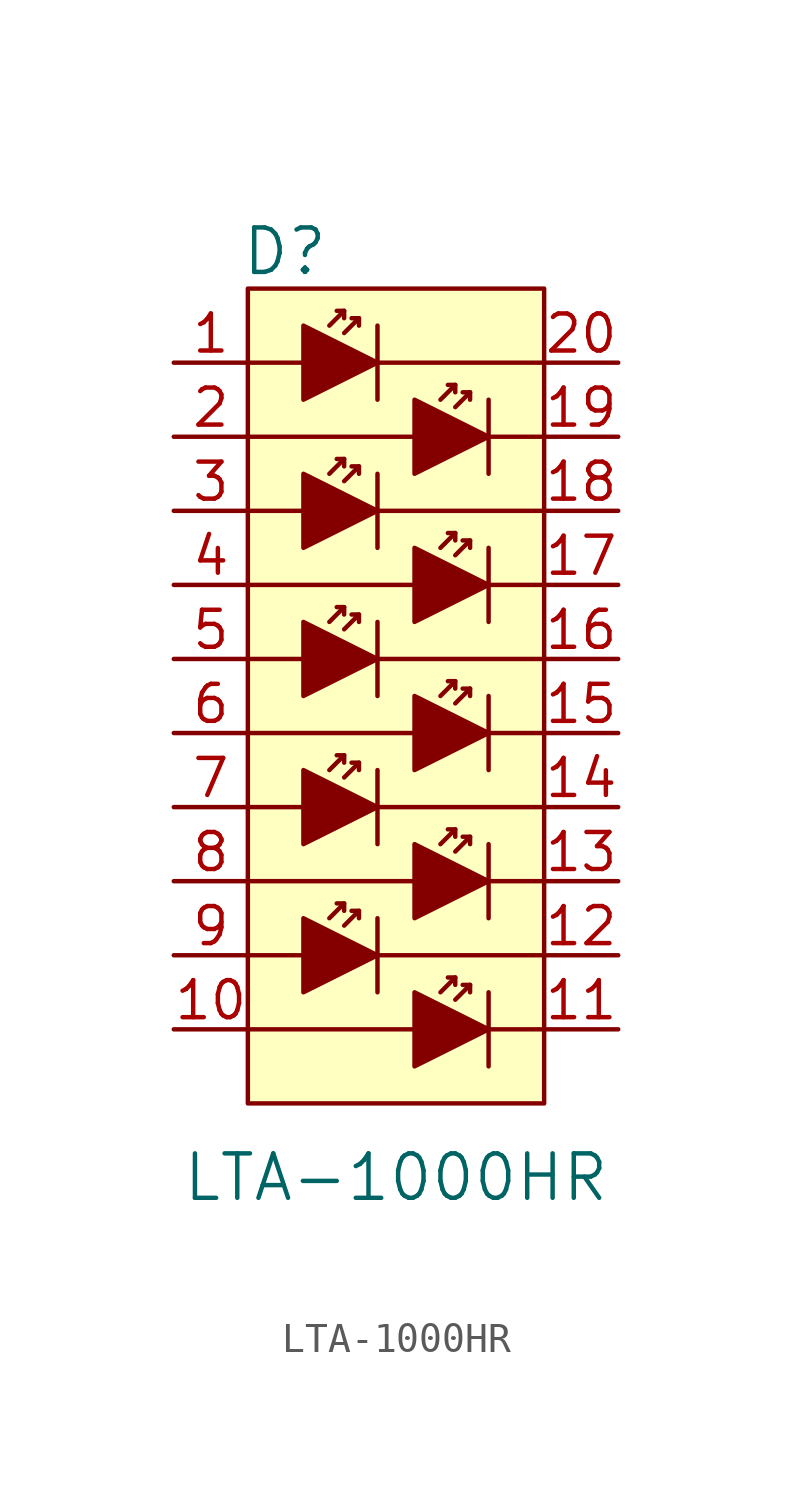
<source format=kicad_sym>
(kicad_symbol_lib
  (version 20211014)
  (generator kicad_symbol_editor)
  (symbol "LTA-1000HR"
    (pin_names
      (offset 0))
    (property "Reference" "D"
      (at -3.81 3.81 0)
      (effects (font (size 1.524 1.524))))
    (property "Value" "LTA-1000HR"
      (at 0 -27.94 0)
      (effects (font (size 1.524 1.524))))
    (symbol "LTA-1000HR_0_1"
      (rectangle (start -5.08 2.54) (end 5.08 -25.4) (stroke (width 0) (type default) (color 0 0 0 0)) (fill (type background)))
      (polyline (pts (xy -5.08 -20.32) (xy -3.175 -20.32)) (stroke (width 0) (type default) (color 0 0 0 0)) (fill (type none)))
      (polyline (pts (xy -5.08 -15.24) (xy -3.175 -15.24)) (stroke (width 0) (type default) (color 0 0 0 0)) (fill (type none)))
      (polyline (pts (xy -5.08 -10.16) (xy -3.175 -10.16)) (stroke (width 0) (type default) (color 0 0 0 0)) (fill (type none)))
      (polyline (pts (xy -5.08 -5.08) (xy -3.175 -5.08)) (stroke (width 0) (type default) (color 0 0 0 0)) (fill (type none)))
      (polyline (pts (xy -3.175 0) (xy -5.08 0)) (stroke (width 0) (type default) (color 0 0 0 0)) (fill (type none)))
      (polyline (pts (xy -1.778 -18.542) (xy -2.286 -19.05)) (stroke (width 0) (type default) (color 0 0 0 0)) (fill (type none)))
      (polyline (pts (xy -1.778 -13.462) (xy -2.286 -13.97)) (stroke (width 0) (type default) (color 0 0 0 0)) (fill (type none)))
      (polyline (pts (xy -1.778 -8.382) (xy -2.286 -8.89)) (stroke (width 0) (type default) (color 0 0 0 0)) (fill (type none)))
      (polyline (pts (xy -1.778 -3.302) (xy -2.286 -3.81)) (stroke (width 0) (type default) (color 0 0 0 0)) (fill (type none)))
      (polyline (pts (xy -1.778 1.778) (xy -2.286 1.27)) (stroke (width 0) (type default) (color 0 0 0 0)) (fill (type none)))
      (polyline (pts (xy -1.27 -18.796) (xy -1.778 -19.304)) (stroke (width 0) (type default) (color 0 0 0 0)) (fill (type none)))
      (polyline (pts (xy -1.27 -13.716) (xy -1.778 -14.224)) (stroke (width 0) (type default) (color 0 0 0 0)) (fill (type none)))
      (polyline (pts (xy -1.27 -8.636) (xy -1.778 -9.144)) (stroke (width 0) (type default) (color 0 0 0 0)) (fill (type none)))
      (polyline (pts (xy -1.27 -3.556) (xy -1.778 -4.064)) (stroke (width 0) (type default) (color 0 0 0 0)) (fill (type none)))
      (polyline (pts (xy -1.27 1.524) (xy -1.778 1.016)) (stroke (width 0) (type default) (color 0 0 0 0)) (fill (type none)))
      (polyline (pts (xy -0.635 -21.59) (xy -0.635 -19.05)) (stroke (width 0) (type default) (color 0 0 0 0)) (fill (type none)))
      (polyline (pts (xy -0.635 -20.32) (xy 5.08 -20.32)) (stroke (width 0) (type default) (color 0 0 0 0)) (fill (type none)))
      (polyline (pts (xy -0.635 -16.51) (xy -0.635 -13.97)) (stroke (width 0) (type default) (color 0 0 0 0)) (fill (type none)))
      (polyline (pts (xy -0.635 -15.24) (xy 5.08 -15.24)) (stroke (width 0) (type default) (color 0 0 0 0)) (fill (type none)))
      (polyline (pts (xy -0.635 -10.16) (xy 5.08 -10.16)) (stroke (width 0) (type default) (color 0 0 0 0)) (fill (type none)))
      (polyline (pts (xy -0.635 -8.89) (xy -0.635 -11.43)) (stroke (width 0) (type default) (color 0 0 0 0)) (fill (type none)))
      (polyline (pts (xy -0.635 -5.08) (xy 5.08 -5.08)) (stroke (width 0) (type default) (color 0 0 0 0)) (fill (type none)))
      (polyline (pts (xy -0.635 -3.81) (xy -0.635 -6.35)) (stroke (width 0) (type default) (color 0 0 0 0)) (fill (type none)))
      (polyline (pts (xy -0.635 0) (xy 5.08 0)) (stroke (width 0) (type default) (color 0 0 0 0)) (fill (type none)))
      (polyline (pts (xy -0.635 1.27) (xy -0.635 -1.27)) (stroke (width 0) (type default) (color 0 0 0 0)) (fill (type none)))
      (polyline (pts (xy 0.635 -22.86) (xy -5.08 -22.86)) (stroke (width 0) (type default) (color 0 0 0 0)) (fill (type none)))
      (polyline (pts (xy 0.635 -17.78) (xy -5.08 -17.78)) (stroke (width 0) (type default) (color 0 0 0 0)) (fill (type none)))
      (polyline (pts (xy 0.635 -12.7) (xy -5.08 -12.7)) (stroke (width 0) (type default) (color 0 0 0 0)) (fill (type none)))
      (polyline (pts (xy 0.635 -7.62) (xy -5.08 -7.62)) (stroke (width 0) (type default) (color 0 0 0 0)) (fill (type none)))
      (polyline (pts (xy 0.635 -2.54) (xy -5.08 -2.54)) (stroke (width 0) (type default) (color 0 0 0 0)) (fill (type none)))
      (polyline (pts (xy 2.032 -21.082) (xy 1.524 -21.59)) (stroke (width 0) (type default) (color 0 0 0 0)) (fill (type none)))
      (polyline (pts (xy 2.032 -16.002) (xy 1.524 -16.51)) (stroke (width 0) (type default) (color 0 0 0 0)) (fill (type none)))
      (polyline (pts (xy 2.032 -10.922) (xy 1.524 -11.43)) (stroke (width 0) (type default) (color 0 0 0 0)) (fill (type none)))
      (polyline (pts (xy 2.032 -5.842) (xy 1.524 -6.35)) (stroke (width 0) (type default) (color 0 0 0 0)) (fill (type none)))
      (polyline (pts (xy 2.032 -0.762) (xy 1.524 -1.27)) (stroke (width 0) (type default) (color 0 0 0 0)) (fill (type none)))
      (polyline (pts (xy 2.54 -21.336) (xy 2.032 -21.844)) (stroke (width 0) (type default) (color 0 0 0 0)) (fill (type none)))
      (polyline (pts (xy 2.54 -16.256) (xy 2.032 -16.764)) (stroke (width 0) (type default) (color 0 0 0 0)) (fill (type none)))
      (polyline (pts (xy 2.54 -11.176) (xy 2.032 -11.684)) (stroke (width 0) (type default) (color 0 0 0 0)) (fill (type none)))
      (polyline (pts (xy 2.54 -6.096) (xy 2.032 -6.604)) (stroke (width 0) (type default) (color 0 0 0 0)) (fill (type none)))
      (polyline (pts (xy 2.54 -1.016) (xy 2.032 -1.524)) (stroke (width 0) (type default) (color 0 0 0 0)) (fill (type none)))
      (polyline (pts (xy 3.175 -22.86) (xy 5.08 -22.86)) (stroke (width 0) (type default) (color 0 0 0 0)) (fill (type none)))
      (polyline (pts (xy 3.175 -21.59) (xy 3.175 -24.13)) (stroke (width 0) (type default) (color 0 0 0 0)) (fill (type none)))
      (polyline (pts (xy 3.175 -17.78) (xy 5.08 -17.78)) (stroke (width 0) (type default) (color 0 0 0 0)) (fill (type none)))
      (polyline (pts (xy 3.175 -16.51) (xy 3.175 -19.05)) (stroke (width 0) (type default) (color 0 0 0 0)) (fill (type none)))
      (polyline (pts (xy 3.175 -12.7) (xy 5.08 -12.7)) (stroke (width 0) (type default) (color 0 0 0 0)) (fill (type none)))
      (polyline (pts (xy 3.175 -11.43) (xy 3.175 -13.97)) (stroke (width 0) (type default) (color 0 0 0 0)) (fill (type none)))
      (polyline (pts (xy 3.175 -7.62) (xy 5.08 -7.62)) (stroke (width 0) (type default) (color 0 0 0 0)) (fill (type none)))
      (polyline (pts (xy 3.175 -6.35) (xy 3.175 -8.89)) (stroke (width 0) (type default) (color 0 0 0 0)) (fill (type none)))
      (polyline (pts (xy 3.175 -2.54) (xy 5.08 -2.54)) (stroke (width 0) (type default) (color 0 0 0 0)) (fill (type none)))
      (polyline (pts (xy 3.175 -1.27) (xy 3.175 -3.81)) (stroke (width 0) (type default) (color 0 0 0 0)) (fill (type none)))
      (polyline (pts (xy -2.032 -18.542) (xy -1.778 -18.542) (xy -1.778 -18.796)) (stroke (width 0) (type default) (color 0 0 0 0)) (fill (type none)))
      (polyline (pts (xy -2.032 -13.462) (xy -1.778 -13.462) (xy -1.778 -13.716)) (stroke (width 0) (type default) (color 0 0 0 0)) (fill (type none)))
      (polyline (pts (xy -2.032 -8.382) (xy -1.778 -8.382) (xy -1.778 -8.636)) (stroke (width 0) (type default) (color 0 0 0 0)) (fill (type none)))
      (polyline (pts (xy -2.032 -3.302) (xy -1.778 -3.302) (xy -1.778 -3.556)) (stroke (width 0) (type default) (color 0 0 0 0)) (fill (type none)))
      (polyline (pts (xy -2.032 1.778) (xy -1.778 1.778) (xy -1.778 1.524)) (stroke (width 0) (type default) (color 0 0 0 0)) (fill (type none)))
      (polyline (pts (xy -1.524 -18.796) (xy -1.27 -18.796) (xy -1.27 -19.05)) (stroke (width 0) (type default) (color 0 0 0 0)) (fill (type none)))
      (polyline (pts (xy -1.524 -13.716) (xy -1.27 -13.716) (xy -1.27 -13.97)) (stroke (width 0) (type default) (color 0 0 0 0)) (fill (type none)))
      (polyline (pts (xy -1.524 -8.636) (xy -1.27 -8.636) (xy -1.27 -8.89)) (stroke (width 0) (type default) (color 0 0 0 0)) (fill (type none)))
      (polyline (pts (xy -1.524 -3.556) (xy -1.27 -3.556) (xy -1.27 -3.81)) (stroke (width 0) (type default) (color 0 0 0 0)) (fill (type none)))
      (polyline (pts (xy -1.524 1.524) (xy -1.27 1.524) (xy -1.27 1.27)) (stroke (width 0) (type default) (color 0 0 0 0)) (fill (type none)))
      (polyline (pts (xy 1.778 -21.082) (xy 2.032 -21.082) (xy 2.032 -21.336)) (stroke (width 0) (type default) (color 0 0 0 0)) (fill (type none)))
      (polyline (pts (xy 1.778 -16.002) (xy 2.032 -16.002) (xy 2.032 -16.256)) (stroke (width 0) (type default) (color 0 0 0 0)) (fill (type none)))
      (polyline (pts (xy 1.778 -10.922) (xy 2.032 -10.922) (xy 2.032 -11.176)) (stroke (width 0) (type default) (color 0 0 0 0)) (fill (type none)))
      (polyline (pts (xy 1.778 -5.842) (xy 2.032 -5.842) (xy 2.032 -6.096)) (stroke (width 0) (type default) (color 0 0 0 0)) (fill (type none)))
      (polyline (pts (xy 1.778 -0.762) (xy 2.032 -0.762) (xy 2.032 -1.016)) (stroke (width 0) (type default) (color 0 0 0 0)) (fill (type none)))
      (polyline (pts (xy 2.286 -21.336) (xy 2.54 -21.336) (xy 2.54 -21.59)) (stroke (width 0) (type default) (color 0 0 0 0)) (fill (type none)))
      (polyline (pts (xy 2.286 -16.256) (xy 2.54 -16.256) (xy 2.54 -16.51)) (stroke (width 0) (type default) (color 0 0 0 0)) (fill (type none)))
      (polyline (pts (xy 2.286 -11.176) (xy 2.54 -11.176) (xy 2.54 -11.43)) (stroke (width 0) (type default) (color 0 0 0 0)) (fill (type none)))
      (polyline (pts (xy 2.286 -6.096) (xy 2.54 -6.096) (xy 2.54 -6.35)) (stroke (width 0) (type default) (color 0 0 0 0)) (fill (type none)))
      (polyline (pts (xy 2.286 -1.016) (xy 2.54 -1.016) (xy 2.54 -1.27)) (stroke (width 0) (type default) (color 0 0 0 0)) (fill (type none)))
      (polyline (pts (xy -3.175 -19.05) (xy -3.175 -21.59) (xy -0.635 -20.32) (xy -3.175 -19.05)) (stroke (width 0) (type default) (color 0 0 0 0)) (fill (type outline)))
      (polyline (pts (xy -3.175 -13.97) (xy -3.175 -16.51) (xy -0.635 -15.24) (xy -3.175 -13.97)) (stroke (width 0) (type default) (color 0 0 0 0)) (fill (type outline)))
      (polyline (pts (xy -3.175 -8.89) (xy -3.175 -11.43) (xy -0.635 -10.16) (xy -3.175 -8.89)) (stroke (width 0) (type default) (color 0 0 0 0)) (fill (type outline)))
      (polyline (pts (xy -3.175 -3.81) (xy -3.175 -6.35) (xy -0.635 -5.08) (xy -3.175 -3.81)) (stroke (width 0) (type default) (color 0 0 0 0)) (fill (type outline)))
      (polyline (pts (xy -3.175 1.27) (xy -3.175 -1.27) (xy -0.635 0) (xy -3.175 1.27)) (stroke (width 0) (type default) (color 0 0 0 0)) (fill (type outline)))
      (polyline (pts (xy 0.635 -21.59) (xy 0.635 -24.13) (xy 3.175 -22.86) (xy 0.635 -21.59)) (stroke (width 0) (type default) (color 0 0 0 0)) (fill (type outline)))
      (polyline (pts (xy 0.635 -16.51) (xy 0.635 -19.05) (xy 3.175 -17.78) (xy 0.635 -16.51)) (stroke (width 0) (type default) (color 0 0 0 0)) (fill (type outline)))
      (polyline (pts (xy 0.635 -11.43) (xy 0.635 -13.97) (xy 3.175 -12.7) (xy 0.635 -11.43)) (stroke (width 0) (type default) (color 0 0 0 0)) (fill (type outline)))
      (polyline (pts (xy 0.635 -6.35) (xy 0.635 -8.89) (xy 3.175 -7.62) (xy 0.635 -6.35)) (stroke (width 0) (type default) (color 0 0 0 0)) (fill (type outline)))
      (polyline (pts (xy 0.635 -1.27) (xy 0.635 -3.81) (xy 3.175 -2.54) (xy 0.635 -1.27)) (stroke (width 0) (type default) (color 0 0 0 0)) (fill (type outline))))
    (symbol "LTA-1000HR_1_1"
      (pin input line (at -7.62 0 0) (length 2.54) (name "~" (effects (font (size 1.27 1.27)))) (number "1" (effects (font (size 1.27 1.27)))))
      (pin input line (at -7.62 -22.86 0) (length 2.54) (name "~" (effects (font (size 1.27 1.27)))) (number "10" (effects (font (size 1.27 1.27)))))
      (pin output line (at 7.62 -22.86 180) (length 2.54) (name "~" (effects (font (size 1.27 1.27)))) (number "11" (effects (font (size 1.27 1.27)))))
      (pin output line (at 7.62 -20.32 180) (length 2.54) (name "~" (effects (font (size 1.27 1.27)))) (number "12" (effects (font (size 1.27 1.27)))))
      (pin output line (at 7.62 -17.78 180) (length 2.54) (name "~" (effects (font (size 1.27 1.27)))) (number "13" (effects (font (size 1.27 1.27)))))
      (pin output line (at 7.62 -15.24 180) (length 2.54) (name "~" (effects (font (size 1.27 1.27)))) (number "14" (effects (font (size 1.27 1.27)))))
      (pin output line (at 7.62 -12.7 180) (length 2.54) (name "~" (effects (font (size 1.27 1.27)))) (number "15" (effects (font (size 1.27 1.27)))))
      (pin output line (at 7.62 -10.16 180) (length 2.54) (name "~" (effects (font (size 1.27 1.27)))) (number "16" (effects (font (size 1.27 1.27)))))
      (pin output line (at 7.62 -7.62 180) (length 2.54) (name "~" (effects (font (size 1.27 1.27)))) (number "17" (effects (font (size 1.27 1.27)))))
      (pin output line (at 7.62 -5.08 180) (length 2.54) (name "~" (effects (font (size 1.27 1.27)))) (number "18" (effects (font (size 1.27 1.27)))))
      (pin output line (at 7.62 -2.54 180) (length 2.54) (name "~" (effects (font (size 1.27 1.27)))) (number "19" (effects (font (size 1.27 1.27)))))
      (pin input line (at -7.62 -2.54 0) (length 2.54) (name "~" (effects (font (size 1.27 1.27)))) (number "2" (effects (font (size 1.27 1.27)))))
      (pin output line (at 7.62 0 180) (length 2.54) (name "~" (effects (font (size 1.27 1.27)))) (number "20" (effects (font (size 1.27 1.27)))))
      (pin input line (at -7.62 -5.08 0) (length 2.54) (name "~" (effects (font (size 1.27 1.27)))) (number "3" (effects (font (size 1.27 1.27)))))
      (pin input line (at -7.62 -7.62 0) (length 2.54) (name "~" (effects (font (size 1.27 1.27)))) (number "4" (effects (font (size 1.27 1.27)))))
      (pin input line (at -7.62 -10.16 0) (length 2.54) (name "~" (effects (font (size 1.27 1.27)))) (number "5" (effects (font (size 1.27 1.27)))))
      (pin input line (at -7.62 -12.7 0) (length 2.54) (name "~" (effects (font (size 1.27 1.27)))) (number "6" (effects (font (size 1.27 1.27)))))
      (pin input line (at -7.62 -15.24 0) (length 2.54) (name "~" (effects (font (size 1.27 1.27)))) (number "7" (effects (font (size 1.27 1.27)))))
      (pin input line (at -7.62 -17.78 0) (length 2.54) (name "~" (effects (font (size 1.27 1.27)))) (number "8" (effects (font (size 1.27 1.27)))))
      (pin input line (at -7.62 -20.32 0) (length 2.54) (name "~" (effects (font (size 1.27 1.27)))) (number "9" (effects (font (size 1.27 1.27))))))))
</source>
